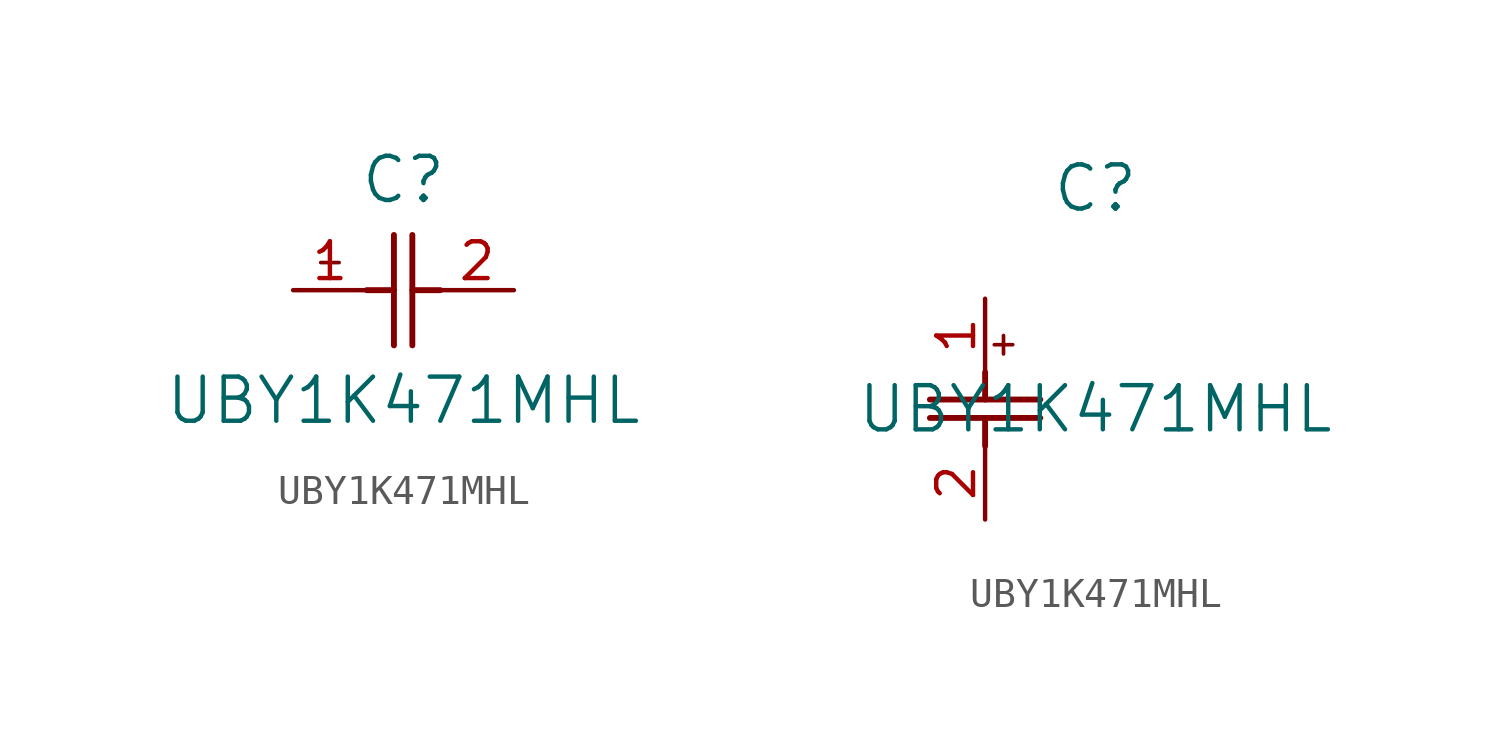
<source format=kicad_sym>
(kicad_symbol_lib
  (version 20211014)
  (generator kicad_symbol_editor)
  (symbol "UBY1K471MHL"
    (pin_names
      (offset 0.254))
    (property "Reference" "C"
      (at 3.81 3.81 0)
      (effects (font (size 1.524 1.524))))
    (property "Value" "UBY1K471MHL"
      (at 3.81 -3.81 0)
      (effects (font (size 1.524 1.524))))
    (symbol "UBY1K471MHL_1_1"
      (polyline (pts (xy 3.48 -1.905) (xy 3.48 1.905)) (stroke (width 0.203) (type default) (color 0 0 0 0)) (fill (type none)))
      (polyline (pts (xy 4.115 -1.905) (xy 4.115 1.905)) (stroke (width 0.203) (type default) (color 0 0 0 0)) (fill (type none)))
      (polyline (pts (xy 4.115 0) (xy 5.08 0)) (stroke (width 0.203) (type default) (color 0 0 0 0)) (fill (type none)))
      (polyline (pts (xy 2.54 0) (xy 3.48 0)) (stroke (width 0.203) (type default) (color 0 0 0 0)) (fill (type none)))
      (polyline (pts (xy 1.27 1.27) (xy 1.27 0.635)) (stroke (width 0.127) (type default) (color 0 0 0 0)) (fill (type none)))
      (polyline (pts (xy 0.953 0.953) (xy 1.587 0.953)) (stroke (width 0.127) (type default) (color 0 0 0 0)) (fill (type none)))
      (pin unspecified line (at 0 0 0) (length 2.54) (name "" (effects (font (size 1.27 1.27)))) (number "1" (effects (font (size 1.27 1.27)))))
      (pin unspecified line (at 7.62 0 180) (length 2.54) (name "" (effects (font (size 1.27 1.27)))) (number "2" (effects (font (size 1.27 1.27))))))
    (symbol "UBY1K471MHL_1_2"
      (polyline (pts (xy -1.905 -3.48) (xy 1.905 -3.48)) (stroke (width 0.203) (type default) (color 0 0 0 0)) (fill (type none)))
      (polyline (pts (xy -1.905 -4.115) (xy 1.905 -4.115)) (stroke (width 0.203) (type default) (color 0 0 0 0)) (fill (type none)))
      (polyline (pts (xy 0 -4.115) (xy 0 -5.08)) (stroke (width 0.203) (type default) (color 0 0 0 0)) (fill (type none)))
      (polyline (pts (xy 0 -2.54) (xy 0 -3.48)) (stroke (width 0.203) (type default) (color 0 0 0 0)) (fill (type none)))
      (polyline (pts (xy 0.635 -1.27) (xy 0.635 -1.905)) (stroke (width 0.127) (type default) (color 0 0 0 0)) (fill (type none)))
      (polyline (pts (xy 0.318 -1.587) (xy 0.953 -1.587)) (stroke (width 0.127) (type default) (color 0 0 0 0)) (fill (type none)))
      (pin unspecified line (at 0 0 270) (length 2.54) (name "" (effects (font (size 1.27 1.27)))) (number "1" (effects (font (size 1.27 1.27)))))
      (pin unspecified line (at 0 -7.62 90) (length 2.54) (name "" (effects (font (size 1.27 1.27)))) (number "2" (effects (font (size 1.27 1.27))))))))
</source>
